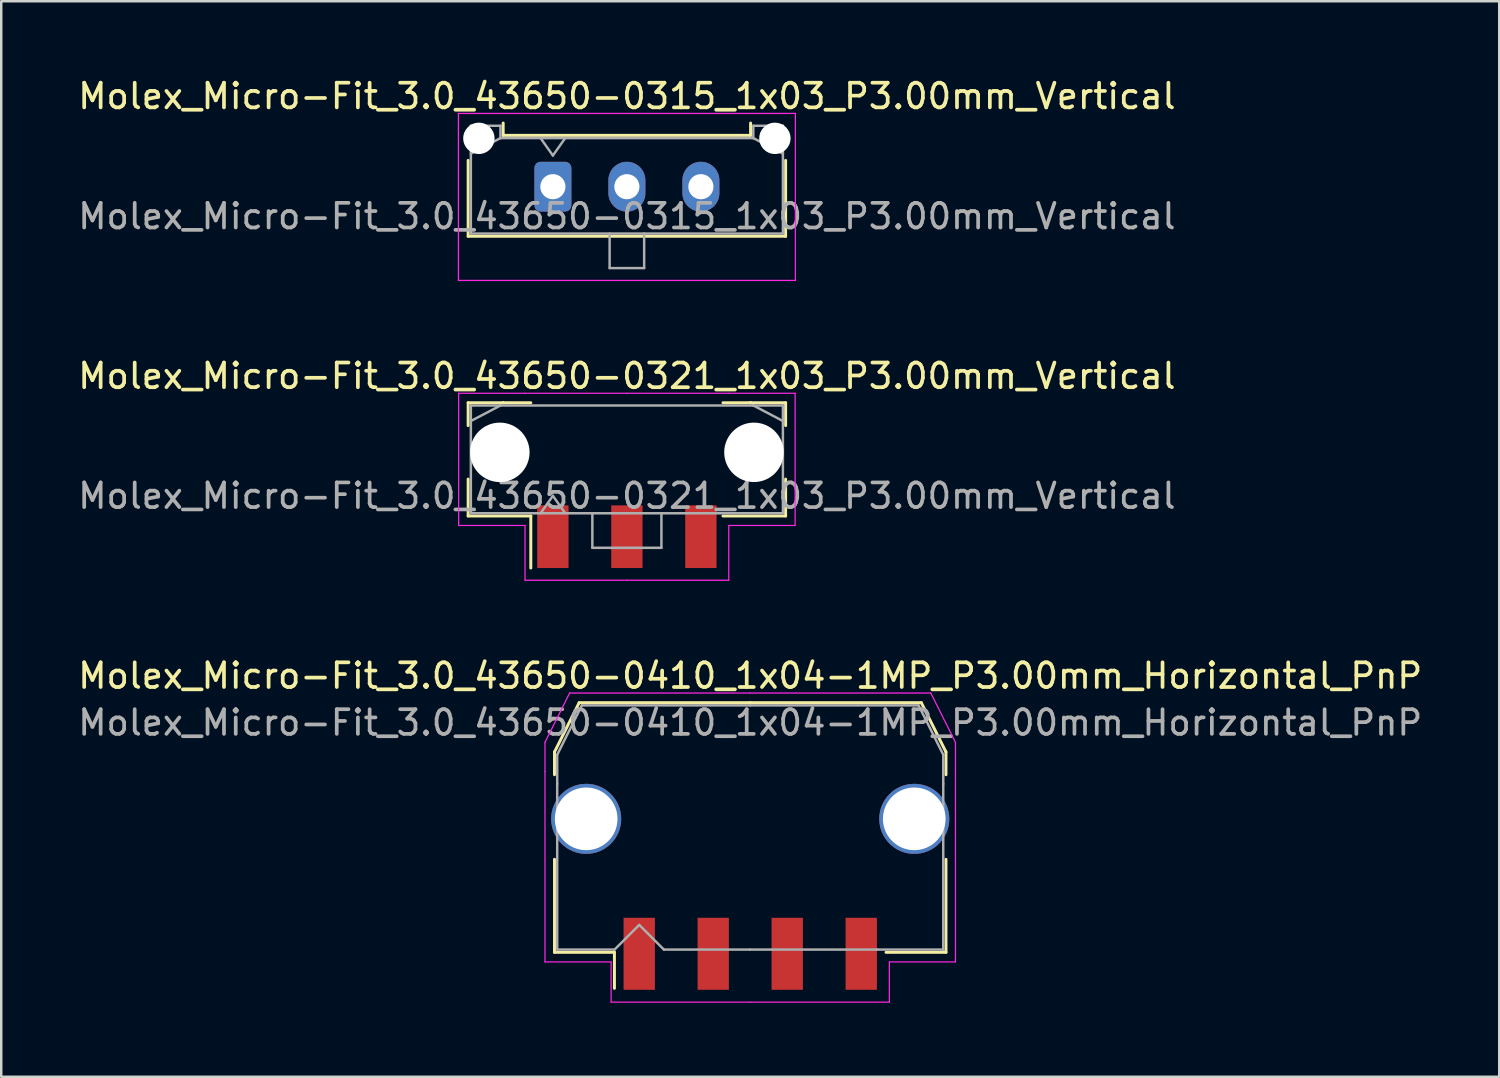
<source format=kicad_pcb>
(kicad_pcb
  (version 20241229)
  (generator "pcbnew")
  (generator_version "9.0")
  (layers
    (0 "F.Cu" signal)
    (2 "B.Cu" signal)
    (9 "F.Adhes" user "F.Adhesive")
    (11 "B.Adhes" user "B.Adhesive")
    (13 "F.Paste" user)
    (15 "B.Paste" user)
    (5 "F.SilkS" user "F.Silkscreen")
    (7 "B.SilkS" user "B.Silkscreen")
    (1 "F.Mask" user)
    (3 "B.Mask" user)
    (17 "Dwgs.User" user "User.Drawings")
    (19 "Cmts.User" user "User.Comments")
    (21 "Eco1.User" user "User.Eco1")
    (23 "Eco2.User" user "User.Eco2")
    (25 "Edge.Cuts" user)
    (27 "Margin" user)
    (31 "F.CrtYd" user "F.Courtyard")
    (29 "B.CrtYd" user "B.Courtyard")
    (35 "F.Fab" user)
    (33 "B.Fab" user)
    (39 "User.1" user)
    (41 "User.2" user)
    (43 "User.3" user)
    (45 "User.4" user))
  (footprint "Molex_Micro-Fit_3.0_43650-0315_1x03_P3.00mm_Vertical"
    (layer "F.Cu")
    (at 19.363 4.518)
    (property "Reference" "Molex_Micro-Fit_3.0_43650-0315_1x03_P3.00mm_Vertical" (at 3 -3.67 0) (layer "F.SilkS") (effects (font (size 1 1) (thickness 0.15))))
    (fp_line (start -3.435 -1.065) (end -3.435 2.01) (stroke (width 0.12) (type solid)) (layer "F.SilkS"))
    (fp_line (start -3.435 2.01) (end 9.435 2.01) (stroke (width 0.12) (type solid)) (layer "F.SilkS"))
    (fp_line (start -2.015 -2.58) (end -2.015 -2.08) (stroke (width 0.12) (type solid)) (layer "F.SilkS"))
    (fp_line (start -2.015 -2.08) (end 8.015 -2.08) (stroke (width 0.12) (type solid)) (layer "F.SilkS"))
    (fp_line (start 8.015 -2.08) (end 8.015 -2.58) (stroke (width 0.12) (type solid)) (layer "F.SilkS"))
    (fp_line (start 9.435 2.01) (end 9.435 -1.065) (stroke (width 0.12) (type solid)) (layer "F.SilkS"))
    (fp_line (start -3.83 -2.97) (end 9.83 -2.97) (stroke (width 0.05) (type solid)) (layer "F.CrtYd"))
    (fp_line (start -3.83 3.8) (end -3.83 -2.97) (stroke (width 0.05) (type solid)) (layer "F.CrtYd"))
    (fp_line (start 9.83 -2.97) (end 9.83 3.8) (stroke (width 0.05) (type solid)) (layer "F.CrtYd"))
    (fp_line (start 9.83 3.8) (end -3.83 3.8) (stroke (width 0.05) (type solid)) (layer "F.CrtYd"))
    (fp_line (start -3.325 -2.47) (end -3.325 1.9) (stroke (width 0.1) (type solid)) (layer "F.Fab"))
    (fp_line (start -3.325 -1.34) (end -2.125 -1.97) (stroke (width 0.1) (type solid)) (layer "F.Fab"))
    (fp_line (start -3.325 1.9) (end 9.325 1.9) (stroke (width 0.1) (type solid)) (layer "F.Fab"))
    (fp_line (start -2.125 -2.47) (end -3.325 -2.47) (stroke (width 0.1) (type solid)) (layer "F.Fab"))
    (fp_line (start -2.125 -1.97) (end -2.125 -2.47) (stroke (width 0.1) (type solid)) (layer "F.Fab"))
    (fp_line (start -0.5 -1.97) (end 0 -1.263) (stroke (width 0.1) (type solid)) (layer "F.Fab"))
    (fp_line (start 0 -1.263) (end 0.5 -1.97) (stroke (width 0.1) (type solid)) (layer "F.Fab"))
    (fp_line (start 2.3 1.9) (end 2.3 3.3) (stroke (width 0.1) (type solid)) (layer "F.Fab"))
    (fp_line (start 2.3 3.3) (end 3.7 3.3) (stroke (width 0.1) (type solid)) (layer "F.Fab"))
    (fp_line (start 3.7 3.3) (end 3.7 1.9) (stroke (width 0.1) (type solid)) (layer "F.Fab"))
    (fp_line (start 8.125 -2.47) (end 8.125 -1.97) (stroke (width 0.1) (type solid)) (layer "F.Fab"))
    (fp_line (start 8.125 -1.97) (end -2.125 -1.97) (stroke (width 0.1) (type solid)) (layer "F.Fab"))
    (fp_line (start 9.325 -2.47) (end 8.125 -2.47) (stroke (width 0.1) (type solid)) (layer "F.Fab"))
    (fp_line (start 9.325 -1.34) (end 8.125 -1.97) (stroke (width 0.1) (type solid)) (layer "F.Fab"))
    (fp_line (start 9.325 1.9) (end 9.325 -2.47) (stroke (width 0.1) (type solid)) (layer "F.Fab"))
    (fp_text user "${REFERENCE}" (at 3 1.2 0) (layer "F.Fab") (effects (font (size 1 1) (thickness 0.15))))
    (pad "" np_thru_hole circle (at -3 -1.96) (size 1.27 1.27) (drill 1.27) (layers "*.Cu" "*.Mask"))
    (pad "" np_thru_hole circle (at 9 -1.96) (size 1.27 1.27) (drill 1.27) (layers "*.Cu" "*.Mask"))
    (pad "1" thru_hole roundrect (at 0 0) (size 1.5 2.02) (drill 1.02) (layers "*.Cu" "*.Mask") (roundrect_rratio 0.167))
    (pad "2" thru_hole oval (at 3 0) (size 1.5 2.02) (drill 1.02) (layers "*.Cu" "*.Mask"))
    (pad "3" thru_hole oval (at 6 0) (size 1.5 2.02) (drill 1.02) (layers "*.Cu" "*.Mask")))
  (footprint "Molex_Micro-Fit_3.0_43650-0410_1x04-1MP_P3.00mm_Horizontal_PnP"
    (layer "F.Cu")
    (at 27.363 30.495)
    (property "Reference" "Molex_Micro-Fit_3.0_43650-0410_1x04-1MP_P3.00mm_Horizontal_PnP" (at 0 -6.15 0) (layer "F.SilkS") (effects (font (size 1 1) (thickness 0.15))))
    (attr smd)
    (fp_line (start -7.935 -3.06) (end -7.935 -2.14) (stroke (width 0.12) (type solid)) (layer "F.SilkS"))
    (fp_line (start -7.935 1.29) (end -7.935 5.06) (stroke (width 0.12) (type solid)) (layer "F.SilkS"))
    (fp_line (start -7.935 5.06) (end -5.505 5.06) (stroke (width 0.12) (type solid)) (layer "F.SilkS"))
    (fp_line (start -6.935 -5.06) (end -7.935 -3.06) (stroke (width 0.12) (type solid)) (layer "F.SilkS"))
    (fp_line (start -5.505 5.06) (end -5.505 6.52) (stroke (width 0.12) (type solid)) (layer "F.SilkS"))
    (fp_line (start 0 -5.06) (end -6.935 -5.06) (stroke (width 0.12) (type solid)) (layer "F.SilkS"))
    (fp_line (start 0 -5.06) (end 6.935 -5.06) (stroke (width 0.12) (type solid)) (layer "F.SilkS"))
    (fp_line (start 6.935 -5.06) (end 7.935 -3.06) (stroke (width 0.12) (type solid)) (layer "F.SilkS"))
    (fp_line (start 7.935 -3.06) (end 7.935 -2.14) (stroke (width 0.12) (type solid)) (layer "F.SilkS"))
    (fp_line (start 7.935 1.29) (end 7.935 5.06) (stroke (width 0.12) (type solid)) (layer "F.SilkS"))
    (fp_line (start 7.935 5.06) (end 5.505 5.06) (stroke (width 0.12) (type solid)) (layer "F.SilkS"))
    (fp_line (start -8.32 -3.45) (end -8.32 -2.27) (stroke (width 0.05) (type solid)) (layer "F.CrtYd"))
    (fp_line (start -8.32 -2.27) (end -8.32 5.45) (stroke (width 0.05) (type solid)) (layer "F.CrtYd"))
    (fp_line (start -8.32 5.45) (end -5.64 5.45) (stroke (width 0.05) (type solid)) (layer "F.CrtYd"))
    (fp_line (start -7.32 -5.45) (end -8.32 -3.45) (stroke (width 0.05) (type solid)) (layer "F.CrtYd"))
    (fp_line (start -5.64 5.45) (end -5.64 7.08) (stroke (width 0.05) (type solid)) (layer "F.CrtYd"))
    (fp_line (start -5.64 7.08) (end 0 7.08) (stroke (width 0.05) (type solid)) (layer "F.CrtYd"))
    (fp_line (start 0 -5.45) (end -7.32 -5.45) (stroke (width 0.05) (type solid)) (layer "F.CrtYd"))
    (fp_line (start 0 -5.45) (end 7.32 -5.45) (stroke (width 0.05) (type solid)) (layer "F.CrtYd"))
    (fp_line (start 5.64 5.45) (end 5.64 7.08) (stroke (width 0.05) (type solid)) (layer "F.CrtYd"))
    (fp_line (start 5.64 7.08) (end 0 7.08) (stroke (width 0.05) (type solid)) (layer "F.CrtYd"))
    (fp_line (start 7.32 -5.45) (end 8.32 -3.45) (stroke (width 0.05) (type solid)) (layer "F.CrtYd"))
    (fp_line (start 8.32 -3.45) (end 8.32 -2.27) (stroke (width 0.05) (type solid)) (layer "F.CrtYd"))
    (fp_line (start 8.32 -2.27) (end 8.32 5.45) (stroke (width 0.05) (type solid)) (layer "F.CrtYd"))
    (fp_line (start 8.32 5.45) (end 5.64 5.45) (stroke (width 0.05) (type solid)) (layer "F.CrtYd"))
    (fp_line (start -7.825 -2.95) (end -7.825 -1.77) (stroke (width 0.1) (type solid)) (layer "F.Fab"))
    (fp_line (start -7.825 -1.77) (end -7.825 4.95) (stroke (width 0.1) (type solid)) (layer "F.Fab"))
    (fp_line (start -7.825 4.95) (end -5.5 4.95) (stroke (width 0.1) (type solid)) (layer "F.Fab"))
    (fp_line (start -6.825 -4.95) (end -7.825 -2.95) (stroke (width 0.1) (type solid)) (layer "F.Fab"))
    (fp_line (start -5.5 4.95) (end -4.5 3.95) (stroke (width 0.1) (type solid)) (layer "F.Fab"))
    (fp_line (start -4.5 3.95) (end -3.5 4.95) (stroke (width 0.1) (type solid)) (layer "F.Fab"))
    (fp_line (start -3.5 4.95) (end 0 4.95) (stroke (width 0.1) (type solid)) (layer "F.Fab"))
    (fp_line (start 0 -4.95) (end -6.825 -4.95) (stroke (width 0.1) (type solid)) (layer "F.Fab"))
    (fp_line (start 0 -4.95) (end 6.825 -4.95) (stroke (width 0.1) (type solid)) (layer "F.Fab"))
    (fp_line (start 5.135 4.95) (end 0 4.95) (stroke (width 0.1) (type solid)) (layer "F.Fab"))
    (fp_line (start 6.825 -4.95) (end 7.825 -2.95) (stroke (width 0.1) (type solid)) (layer "F.Fab"))
    (fp_line (start 7.825 -2.95) (end 7.825 -1.77) (stroke (width 0.1) (type solid)) (layer "F.Fab"))
    (fp_line (start 7.825 -1.77) (end 7.825 4.95) (stroke (width 0.1) (type solid)) (layer "F.Fab"))
    (fp_line (start 7.825 4.95) (end 5.135 4.95) (stroke (width 0.1) (type solid)) (layer "F.Fab"))
    (fp_text user "${REFERENCE}" (at 0 -4.25 0) (layer "F.Fab") (effects (font (size 1 1) (thickness 0.15))))
    (pad "1" smd rect (at -4.5 5.12) (size 1.27 2.92) (layers "F.Cu" "F.Mask" "F.Paste"))
    (pad "2" smd rect (at -1.5 5.12) (size 1.27 2.92) (layers "F.Cu" "F.Mask" "F.Paste"))
    (pad "3" smd rect (at 1.5 5.12) (size 1.27 2.92) (layers "F.Cu" "F.Mask" "F.Paste"))
    (pad "4" smd rect (at 4.5 5.12) (size 1.27 2.92) (layers "F.Cu" "F.Mask" "F.Paste"))
    (pad "MP" thru_hole circle (at -6.65 -0.35) (size 2.84 2.84) (drill 2.54) (layers "*.Cu" "*.Mask"))
    (pad "MP" thru_hole circle (at 6.65 -0.35) (size 2.84 2.84) (drill 2.54) (layers "*.Cu" "*.Mask")))
  (footprint "Molex_Micro-Fit_3.0_43650-0321_1x03_P3.00mm_Vertical"
    (layer "F.Cu")
    (at 22.363 15.572)
    (property "Reference" "Molex_Micro-Fit_3.0_43650-0321_1x03_P3.00mm_Vertical" (at 0 -3.38 0) (layer "F.SilkS") (effects (font (size 1 1) (thickness 0.15))))
    (attr smd)
    (fp_line (start -6.435 -2.295) (end -5.015 -2.295) (stroke (width 0.12) (type solid)) (layer "F.SilkS"))
    (fp_line (start -6.435 -1.37) (end -6.435 -2.295) (stroke (width 0.12) (type solid)) (layer "F.SilkS"))
    (fp_line (start -6.435 0.8) (end -6.435 2.295) (stroke (width 0.12) (type solid)) (layer "F.SilkS"))
    (fp_line (start -6.435 2.295) (end -3.895 2.295) (stroke (width 0.12) (type solid)) (layer "F.SilkS"))
    (fp_line (start -5.015 -2.295) (end -5.015 -2.295) (stroke (width 0.12) (type solid)) (layer "F.SilkS"))
    (fp_line (start -5.015 -2.295) (end -3.895 -2.295) (stroke (width 0.12) (type solid)) (layer "F.SilkS"))
    (fp_line (start -3.895 2.295) (end -3.895 4.405) (stroke (width 0.12) (type solid)) (layer "F.SilkS"))
    (fp_line (start 5.015 -2.295) (end 3.895 -2.295) (stroke (width 0.12) (type solid)) (layer "F.SilkS"))
    (fp_line (start 5.015 -2.295) (end 5.015 -2.295) (stroke (width 0.12) (type solid)) (layer "F.SilkS"))
    (fp_line (start 6.435 -2.295) (end 5.015 -2.295) (stroke (width 0.12) (type solid)) (layer "F.SilkS"))
    (fp_line (start 6.435 -1.37) (end 6.435 -2.295) (stroke (width 0.12) (type solid)) (layer "F.SilkS"))
    (fp_line (start 6.435 0.8) (end 6.435 2.295) (stroke (width 0.12) (type solid)) (layer "F.SilkS"))
    (fp_line (start 6.435 2.295) (end 3.895 2.295) (stroke (width 0.12) (type solid)) (layer "F.SilkS"))
    (fp_line (start -6.82 -2.68) (end -6.82 2.68) (stroke (width 0.05) (type solid)) (layer "F.CrtYd"))
    (fp_line (start -6.82 2.68) (end -4.13 2.68) (stroke (width 0.05) (type solid)) (layer "F.CrtYd"))
    (fp_line (start -4.13 -2.68) (end -6.82 -2.68) (stroke (width 0.05) (type solid)) (layer "F.CrtYd"))
    (fp_line (start -4.13 2.68) (end -4.13 4.9) (stroke (width 0.05) (type solid)) (layer "F.CrtYd"))
    (fp_line (start -4.13 4.9) (end 0 4.9) (stroke (width 0.05) (type solid)) (layer "F.CrtYd"))
    (fp_line (start 0 -2.68) (end -4.13 -2.68) (stroke (width 0.05) (type solid)) (layer "F.CrtYd"))
    (fp_line (start 0 -2.68) (end 4.13 -2.68) (stroke (width 0.05) (type solid)) (layer "F.CrtYd"))
    (fp_line (start 4.13 -2.68) (end 6.82 -2.68) (stroke (width 0.05) (type solid)) (layer "F.CrtYd"))
    (fp_line (start 4.13 2.68) (end 4.13 4.9) (stroke (width 0.05) (type solid)) (layer "F.CrtYd"))
    (fp_line (start 4.13 4.9) (end 0 4.9) (stroke (width 0.05) (type solid)) (layer "F.CrtYd"))
    (fp_line (start 6.82 -2.68) (end 6.82 2.68) (stroke (width 0.05) (type solid)) (layer "F.CrtYd"))
    (fp_line (start 6.82 2.68) (end 4.13 2.68) (stroke (width 0.05) (type solid)) (layer "F.CrtYd"))
    (fp_line (start -6.325 -2.185) (end -6.325 2.185) (stroke (width 0.1) (type solid)) (layer "F.Fab"))
    (fp_line (start -6.325 -1.555) (end -5.125 -2.185) (stroke (width 0.1) (type solid)) (layer "F.Fab"))
    (fp_line (start -6.325 2.185) (end 6.325 2.185) (stroke (width 0.1) (type solid)) (layer "F.Fab"))
    (fp_line (start -5.125 -2.185) (end -6.325 -2.185) (stroke (width 0.1) (type solid)) (layer "F.Fab"))
    (fp_line (start -5.125 -2.185) (end -5.125 -2.185) (stroke (width 0.1) (type solid)) (layer "F.Fab"))
    (fp_line (start -3.5 2.185) (end -3 1.478) (stroke (width 0.1) (type solid)) (layer "F.Fab"))
    (fp_line (start -3 1.478) (end -2.5 2.185) (stroke (width 0.1) (type solid)) (layer "F.Fab"))
    (fp_line (start -1.4 2.185) (end -1.4 3.585) (stroke (width 0.1) (type solid)) (layer "F.Fab"))
    (fp_line (start -1.4 3.585) (end 1.4 3.585) (stroke (width 0.1) (type solid)) (layer "F.Fab"))
    (fp_line (start 1.4 3.585) (end 1.4 2.185) (stroke (width 0.1) (type solid)) (layer "F.Fab"))
    (fp_line (start 5.125 -2.185) (end -5.125 -2.185) (stroke (width 0.1) (type solid)) (layer "F.Fab"))
    (fp_line (start 5.125 -2.185) (end 5.125 -2.185) (stroke (width 0.1) (type solid)) (layer "F.Fab"))
    (fp_line (start 6.325 -2.185) (end 5.125 -2.185) (stroke (width 0.1) (type solid)) (layer "F.Fab"))
    (fp_line (start 6.325 -1.555) (end 5.125 -2.185) (stroke (width 0.1) (type solid)) (layer "F.Fab"))
    (fp_line (start 6.325 2.185) (end 6.325 -2.185) (stroke (width 0.1) (type solid)) (layer "F.Fab"))
    (fp_text user "${REFERENCE}" (at 0 1.48 0) (layer "F.Fab") (effects (font (size 1 1) (thickness 0.15))))
    (pad "" np_thru_hole circle (at -5.15 -0.285) (size 2.41 2.41) (drill 2.41) (layers "*.Cu" "*.Mask"))
    (pad "" np_thru_hole circle (at 5.15 -0.285) (size 2.41 2.41) (drill 2.41) (layers "*.Cu" "*.Mask"))
    (pad "1" smd rect (at -3 3.135) (size 1.27 2.54) (layers "F.Cu" "F.Mask" "F.Paste"))
    (pad "2" smd rect (at 0 3.135) (size 1.27 2.54) (layers "F.Cu" "F.Mask" "F.Paste"))
    (pad "3" smd rect (at 3 3.135) (size 1.27 2.54) (layers "F.Cu" "F.Mask" "F.Paste")))
  (gr_rect
    (start -3 -3)
    (end 57.726 40.6)
    (stroke (width 0.1) (type default))
    (fill no)
    (layer "Edge.Cuts")))
</source>
